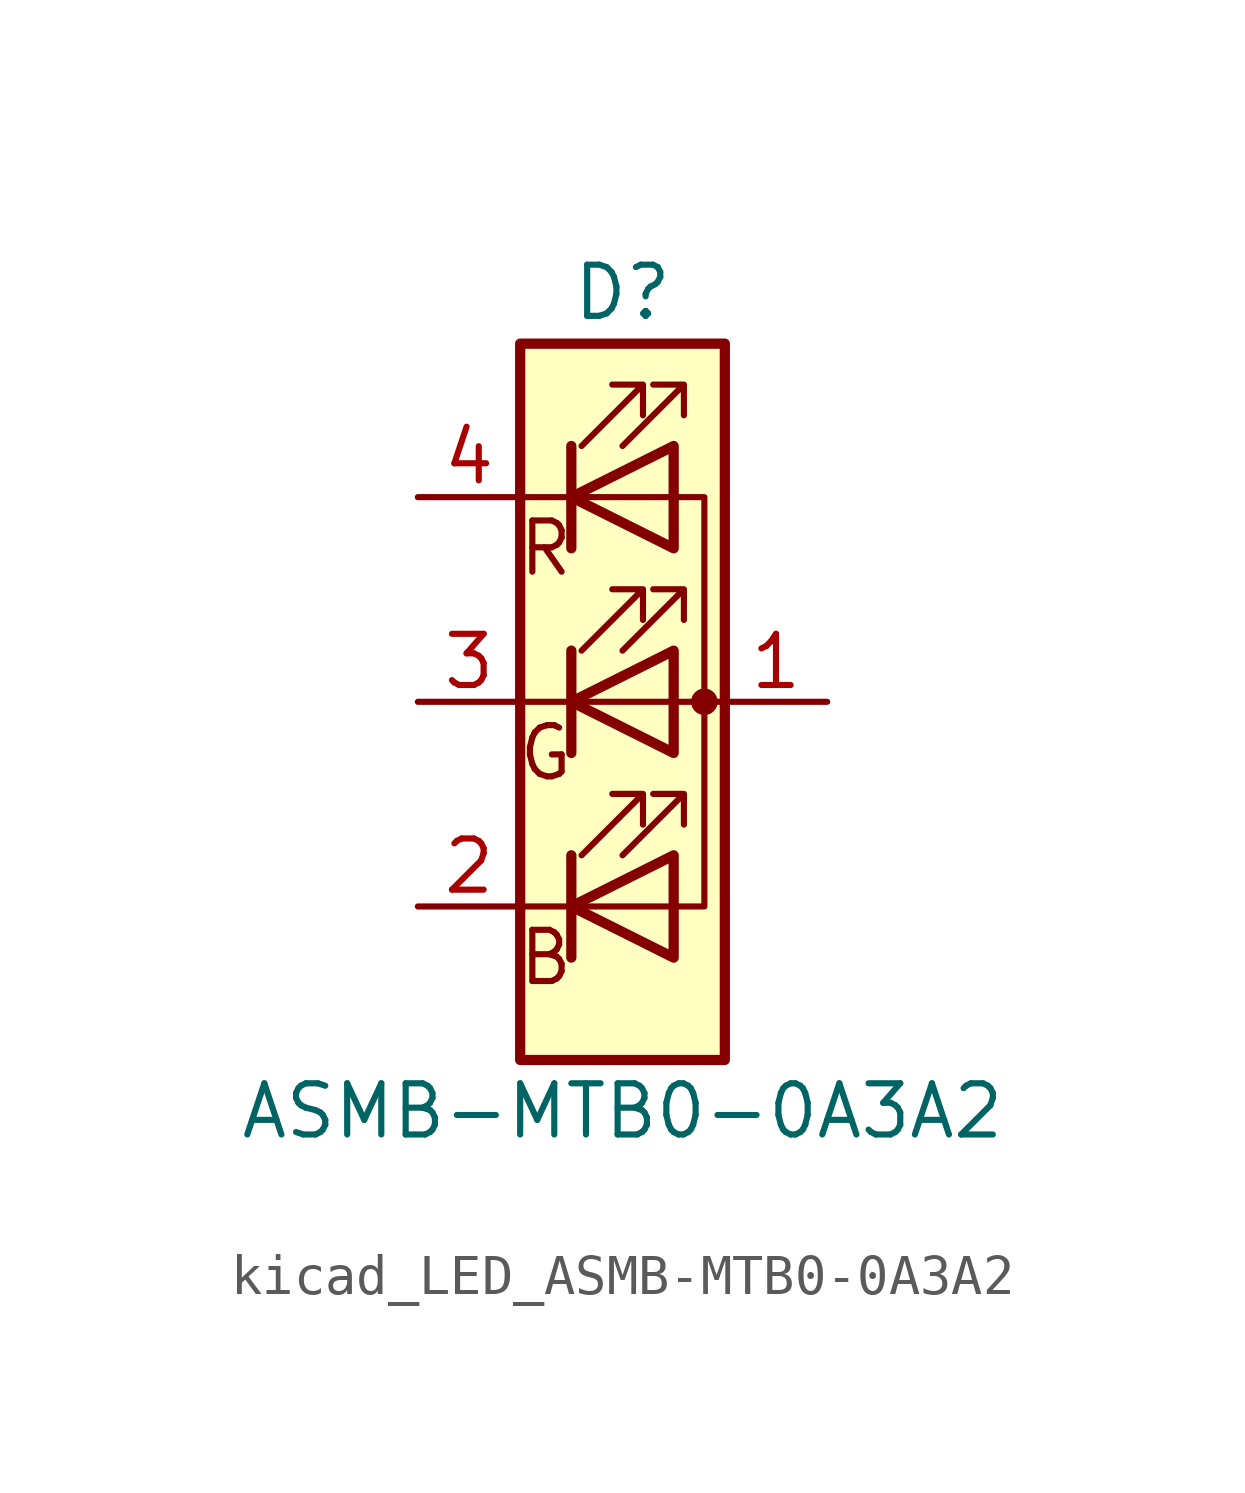
<source format=kicad_sym>
(kicad_symbol_lib
  (version 20220914)
  (generator kicad_symbol_editor)
  (symbol "kicad_LED_ASMB-MTB0-0A3A2"
    (pin_names
      (offset 0) hide)
    (property "Reference" "D"
      (at 0 10.16 0)
      (effects (font (size 1.27 1.27))))
    (property "Value" "ASMB-MTB0-0A3A2"
      (at 0 -10.16 0)
      (effects (font (size 1.27 1.27))))
    (symbol "kicad_LED_ASMB-MTB0-0A3A2_0_0"
      (text "B" (at -1.905 -6.35 0) (effects (font (size 1.27 1.27))))
      (text "G" (at -1.905 -1.27 0) (effects (font (size 1.27 1.27))))
      (text "R" (at -1.905 3.81 0) (effects (font (size 1.27 1.27)))))
    (symbol "kicad_LED_ASMB-MTB0-0A3A2_0_1"
      (rectangle (start -2.54 -8.89) (end 2.54 8.89) (stroke (width 0.254) (type default)) (fill (type background)))
      (polyline (pts (xy -2.54 -5.08) (xy 1.27 -5.08)) (stroke (width 0) (type default)) (fill (type none)))
      (polyline (pts (xy -1.27 -3.81) (xy -1.27 -6.35)) (stroke (width 0.254) (type default)) (fill (type none)))
      (polyline (pts (xy -1.27 1.27) (xy -1.27 -1.27)) (stroke (width 0.254) (type default)) (fill (type none)))
      (polyline (pts (xy -1.27 6.35) (xy -1.27 3.81)) (stroke (width 0.254) (type default)) (fill (type none)))
      (polyline (pts (xy 1.27 5.08) (xy -2.54 5.08)) (stroke (width 0) (type default)) (fill (type none)))
      (polyline (pts (xy 2.54 0) (xy -2.54 0)) (stroke (width 0) (type default)) (fill (type none)))
      (polyline (pts (xy 1.27 -5.08) (xy 2.032 -5.08) (xy 2.032 5.08) (xy 1.27 5.08)) (stroke (width 0) (type default)) (fill (type none)))
      (polyline (pts (xy 1.27 -3.81) (xy 1.27 -6.35) (xy -1.27 -5.08) (xy 1.27 -3.81)) (stroke (width 0.254) (type default)) (fill (type none)))
      (polyline (pts (xy 1.27 1.27) (xy 1.27 -1.27) (xy -1.27 0) (xy 1.27 1.27)) (stroke (width 0.254) (type default)) (fill (type none)))
      (polyline (pts (xy 1.27 6.35) (xy 1.27 3.81) (xy -1.27 5.08) (xy 1.27 6.35)) (stroke (width 0.254) (type default)) (fill (type none)))
      (polyline (pts (xy -1.016 -3.81) (xy 0.508 -2.286) (xy -0.254 -2.286) (xy 0.508 -2.286) (xy 0.508 -3.048)) (stroke (width 0) (type default)) (fill (type none)))
      (polyline (pts (xy -1.016 1.27) (xy 0.508 2.794) (xy -0.254 2.794) (xy 0.508 2.794) (xy 0.508 2.032)) (stroke (width 0) (type default)) (fill (type none)))
      (polyline (pts (xy -1.016 6.35) (xy 0.508 7.874) (xy -0.254 7.874) (xy 0.508 7.874) (xy 0.508 7.112)) (stroke (width 0) (type default)) (fill (type none)))
      (polyline (pts (xy 0 -3.81) (xy 1.524 -2.286) (xy 0.762 -2.286) (xy 1.524 -2.286) (xy 1.524 -3.048)) (stroke (width 0) (type default)) (fill (type none)))
      (polyline (pts (xy 0 1.27) (xy 1.524 2.794) (xy 0.762 2.794) (xy 1.524 2.794) (xy 1.524 2.032)) (stroke (width 0) (type default)) (fill (type none)))
      (polyline (pts (xy 0 6.35) (xy 1.524 7.874) (xy 0.762 7.874) (xy 1.524 7.874) (xy 1.524 7.112)) (stroke (width 0) (type default)) (fill (type none)))
      (rectangle (start 1.27 6.35) (end 1.27 6.35) (stroke (width 0) (type default)) (fill (type none)))
      (circle (center 2.032 0) (radius 0.254) (stroke (width 0) (type default)) (fill (type outline))))
    (symbol "kicad_LED_ASMB-MTB0-0A3A2_1_1"
      (pin passive line (at 5.08 0 180) (length 2.54) (name "A" (effects (font (size 1.27 1.27)))) (number "1" (effects (font (size 1.27 1.27)))))
      (pin passive line (at -5.08 -5.08 0) (length 2.54) (name "BK" (effects (font (size 1.27 1.27)))) (number "2" (effects (font (size 1.27 1.27)))))
      (pin passive line (at -5.08 0 0) (length 2.54) (name "GK" (effects (font (size 1.27 1.27)))) (number "3" (effects (font (size 1.27 1.27)))))
      (pin passive line (at -5.08 5.08 0) (length 2.54) (name "RK" (effects (font (size 1.27 1.27)))) (number "4" (effects (font (size 1.27 1.27))))))))
</source>
